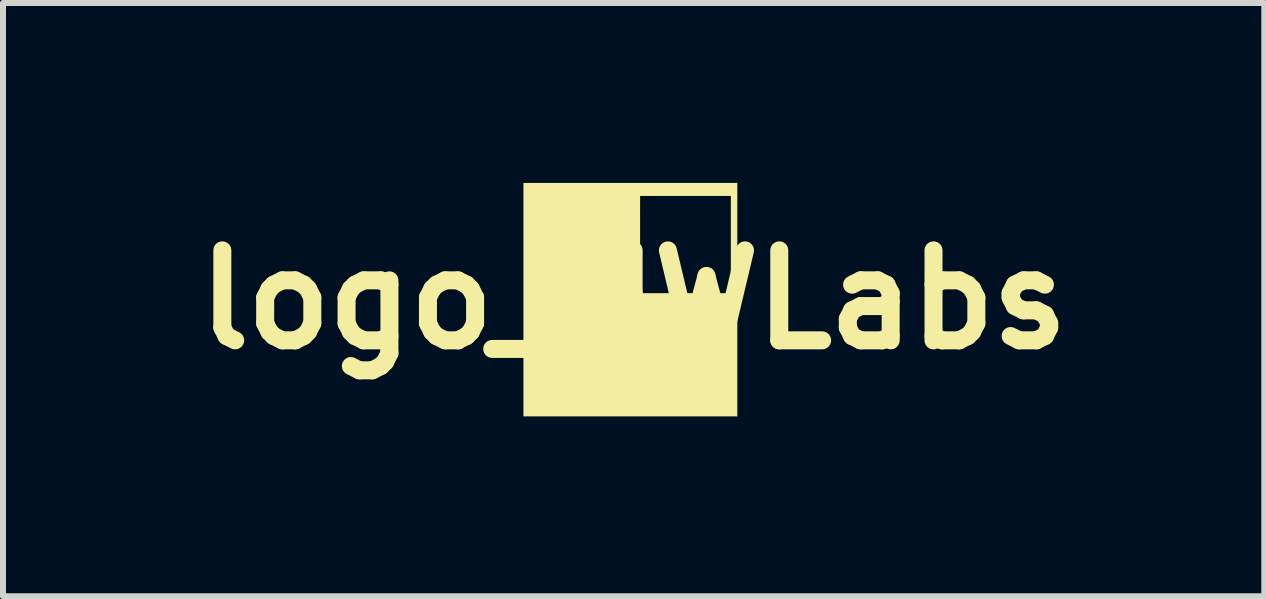
<source format=kicad_pcb>
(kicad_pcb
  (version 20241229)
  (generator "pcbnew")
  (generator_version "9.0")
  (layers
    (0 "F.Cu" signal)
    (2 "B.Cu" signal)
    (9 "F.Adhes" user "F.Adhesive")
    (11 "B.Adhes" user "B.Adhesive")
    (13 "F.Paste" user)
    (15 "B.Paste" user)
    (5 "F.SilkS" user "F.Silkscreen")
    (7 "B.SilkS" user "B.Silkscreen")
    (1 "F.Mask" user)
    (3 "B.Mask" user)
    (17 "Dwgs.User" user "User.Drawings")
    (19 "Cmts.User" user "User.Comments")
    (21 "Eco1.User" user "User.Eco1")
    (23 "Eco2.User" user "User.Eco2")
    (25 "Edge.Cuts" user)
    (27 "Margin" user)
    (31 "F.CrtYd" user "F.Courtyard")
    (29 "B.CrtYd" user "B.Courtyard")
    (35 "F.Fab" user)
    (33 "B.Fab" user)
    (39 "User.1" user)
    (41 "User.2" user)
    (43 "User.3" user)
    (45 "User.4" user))
  (footprint "logo_HWLabs"
    (layer "F.Cu")
    (at 7.514 1.946)
    (property "Reference" "logo_HWLabs" (at 0 0 0) (layer "F.SilkS") (effects (font (size 1.5 1.5) (thickness 0.3))))
    (attr board_only exclude_from_pos_files exclude_from_bom)
    (fp_poly (pts (xy 1.729 0) (xy 1.729 1.946) (xy -0.054 1.946) (xy -1.837 1.946) (xy -1.837 0) (xy -1.837 -0.919) (xy 0.108 -0.919) (xy 0.108 -0.108) (xy 0.865 -0.108) (xy 1.621 -0.108) (xy 1.621 -0.919) (xy 1.621 -1.729) (xy 0.865 -1.729) (xy 0.108 -1.729) (xy 0.108 -0.919) (xy -1.837 -0.919) (xy -1.837 -1.946) (xy -0.054 -1.946) (xy 1.729 -1.946)) (stroke (width 0) (type solid)) (fill yes) (layer "F.SilkS")))
  (gr_rect
    (start -3 -3)
    (end 18.029 6.891)
    (stroke (width 0.1) (type default))
    (fill no)
    (layer "Edge.Cuts")))
</source>
